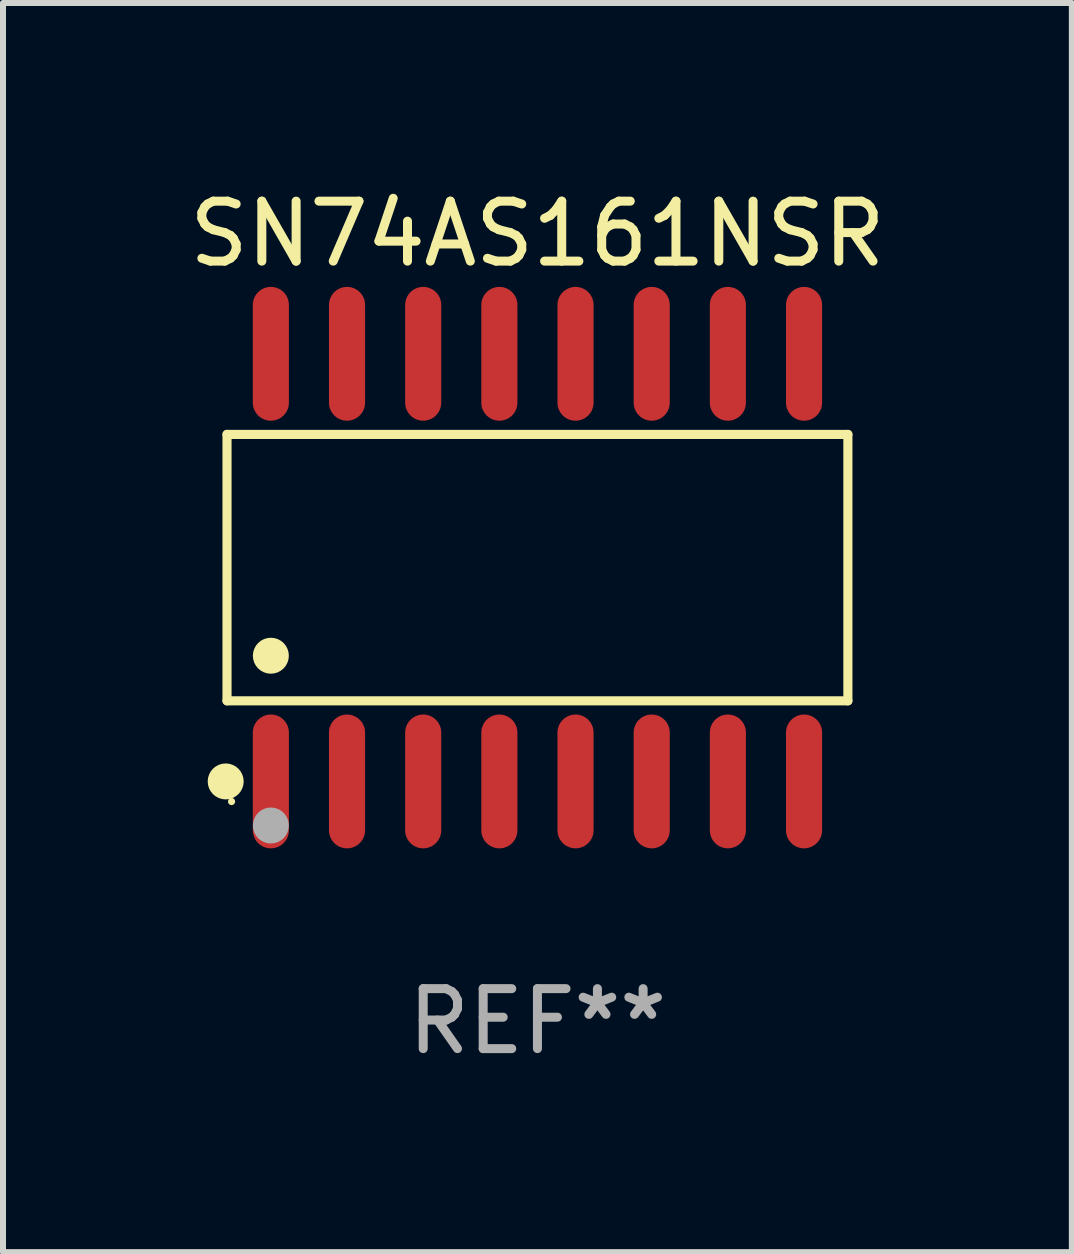
<source format=kicad_pcb>
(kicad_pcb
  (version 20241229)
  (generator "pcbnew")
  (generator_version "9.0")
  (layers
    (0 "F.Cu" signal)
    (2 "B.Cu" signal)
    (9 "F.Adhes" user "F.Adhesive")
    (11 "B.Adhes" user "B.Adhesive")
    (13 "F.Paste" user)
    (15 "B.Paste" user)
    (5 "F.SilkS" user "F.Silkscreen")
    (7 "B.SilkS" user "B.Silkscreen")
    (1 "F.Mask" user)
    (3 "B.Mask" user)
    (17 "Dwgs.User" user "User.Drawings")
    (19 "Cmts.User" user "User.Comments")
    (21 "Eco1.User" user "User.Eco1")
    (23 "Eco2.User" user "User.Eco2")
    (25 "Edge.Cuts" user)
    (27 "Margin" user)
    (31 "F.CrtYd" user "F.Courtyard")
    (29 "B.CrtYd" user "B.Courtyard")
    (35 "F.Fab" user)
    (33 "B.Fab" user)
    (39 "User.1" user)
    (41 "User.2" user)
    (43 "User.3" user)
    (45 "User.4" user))
  (footprint "SN74AS161NSR"
    (layer "F.Cu")
    (at 5.911 6.414)
    (property "Reference" "SN74AS161NSR" (at 0 -5.565 0) (layer "F.SilkS") (effects (font (size 1 1) (thickness 0.15))))
    (attr through_hole)
    (fp_line (start -5.176 -2.221) (end 5.176 -2.221) (stroke (width 0.152) (type solid)) (layer "F.SilkS"))
    (fp_line (start -5.176 2.221) (end -5.176 -2.221) (stroke (width 0.152) (type solid)) (layer "F.SilkS"))
    (fp_line (start 5.176 -2.221) (end 5.176 2.221) (stroke (width 0.152) (type solid)) (layer "F.SilkS"))
    (fp_line (start 5.176 2.221) (end -5.176 2.221) (stroke (width 0.152) (type solid)) (layer "F.SilkS"))
    (fp_circle (center -5.198 3.565) (end -5.048 3.565) (stroke (width 0.3) (type solid)) (fill no) (layer "F.SilkS"))
    (fp_circle (center -5.1 3.9) (end -5.07 3.9) (stroke (width 0.06) (type solid)) (fill no) (layer "F.SilkS"))
    (fp_circle (center -4.445 1.469) (end -4.295 1.469) (stroke (width 0.3) (type solid)) (fill no) (layer "F.SilkS"))
    (fp_circle (center -4.445 4.3) (end -4.295 4.3) (stroke (width 0.3) (type solid)) (fill no) (layer "F.Fab"))
    (fp_text user "REF**" (at 0 7.565 0) (layer "F.Fab") (effects (font (size 1 1) (thickness 0.15))))
    (pad "1" smd oval (at -4.445 3.565) (size 0.602 2.231) (layers "F.Cu" "F.Mask" "F.Paste"))
    (pad "2" smd oval (at -3.175 3.565) (size 0.602 2.231) (layers "F.Cu" "F.Mask" "F.Paste"))
    (pad "3" smd oval (at -1.905 3.565) (size 0.602 2.231) (layers "F.Cu" "F.Mask" "F.Paste"))
    (pad "4" smd oval (at -0.635 3.565) (size 0.602 2.231) (layers "F.Cu" "F.Mask" "F.Paste"))
    (pad "5" smd oval (at 0.635 3.565) (size 0.602 2.231) (layers "F.Cu" "F.Mask" "F.Paste"))
    (pad "6" smd oval (at 1.905 3.565) (size 0.602 2.231) (layers "F.Cu" "F.Mask" "F.Paste"))
    (pad "7" smd oval (at 3.175 3.565) (size 0.602 2.231) (layers "F.Cu" "F.Mask" "F.Paste"))
    (pad "8" smd oval (at 4.445 3.565) (size 0.602 2.231) (layers "F.Cu" "F.Mask" "F.Paste"))
    (pad "9" smd oval (at 4.445 -3.565) (size 0.602 2.231) (layers "F.Cu" "F.Mask" "F.Paste"))
    (pad "10" smd oval (at 3.175 -3.565) (size 0.602 2.231) (layers "F.Cu" "F.Mask" "F.Paste"))
    (pad "11" smd oval (at 1.905 -3.565) (size 0.602 2.231) (layers "F.Cu" "F.Mask" "F.Paste"))
    (pad "12" smd oval (at 0.635 -3.565) (size 0.602 2.231) (layers "F.Cu" "F.Mask" "F.Paste"))
    (pad "13" smd oval (at -0.635 -3.565) (size 0.602 2.231) (layers "F.Cu" "F.Mask" "F.Paste"))
    (pad "14" smd oval (at -1.905 -3.565) (size 0.602 2.231) (layers "F.Cu" "F.Mask" "F.Paste"))
    (pad "15" smd oval (at -3.175 -3.565) (size 0.602 2.231) (layers "F.Cu" "F.Mask" "F.Paste"))
    (pad "16" smd oval (at -4.445 -3.565) (size 0.602 2.231) (layers "F.Cu" "F.Mask" "F.Paste")))
  (gr_rect
    (start -3 -3)
    (end 14.821 17.827)
    (stroke (width 0.1) (type default))
    (fill no)
    (layer "Edge.Cuts")))
</source>
